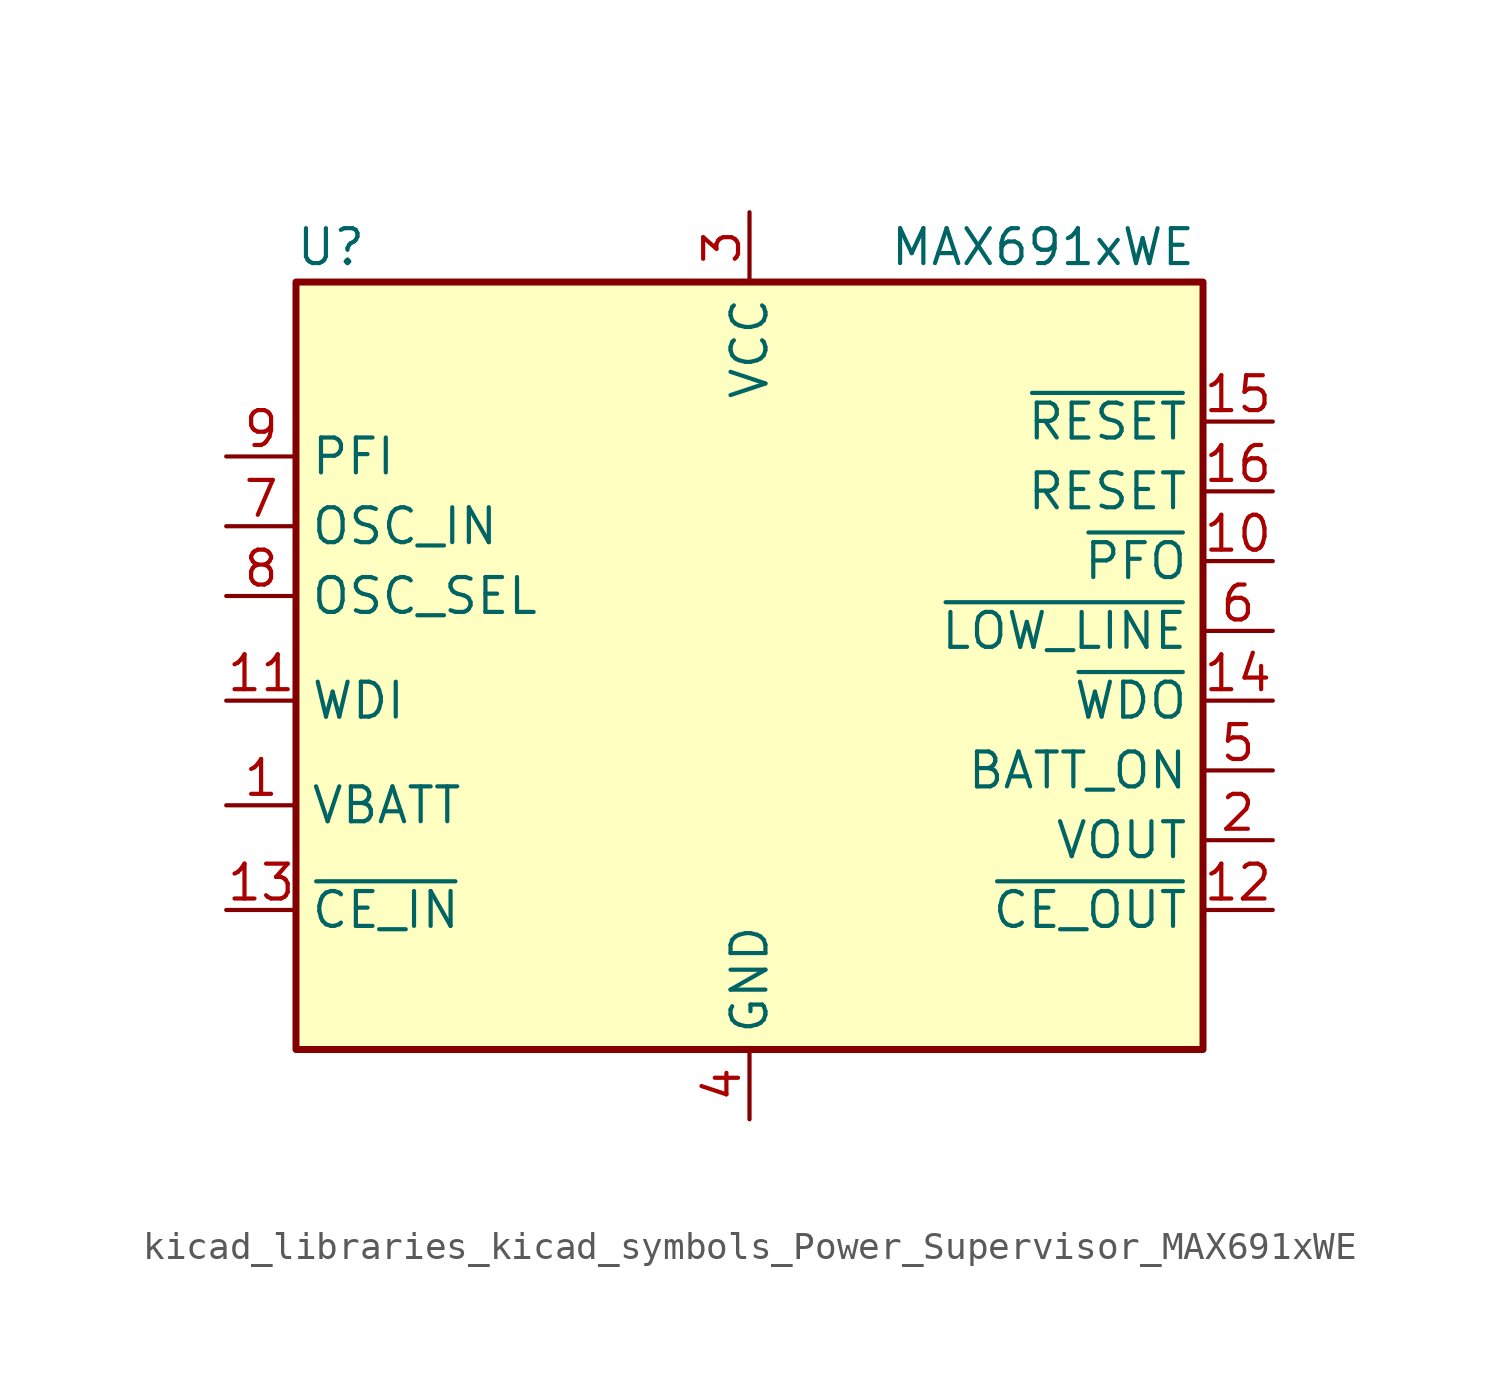
<source format=kicad_sym>
(kicad_symbol_lib
  (version 20220914)
  (generator kicad_symbol_editor)
  (symbol "kicad_libraries_kicad_symbols_Power_Supervisor_MAX691xWE"
    (property "Reference" "U"
      (at -15.24 13.97 0)
      (effects (font (size 1.27 1.27))))
    (property "Value" "MAX691xWE"
      (at 5.08 13.97 0)
      (effects (font (size 1.27 1.27)) (justify left)))
    (symbol "kicad_libraries_kicad_symbols_Power_Supervisor_MAX691xWE_0_1"
      (rectangle (start 16.51 12.7) (end -16.51 -15.24) (stroke (width 0.254) (type default)) (fill (type background))))
    (symbol "kicad_libraries_kicad_symbols_Power_Supervisor_MAX691xWE_1_1"
      (pin power_in line (at -19.05 -6.35 0) (length 2.54) (name "VBATT" (effects (font (size 1.27 1.27)))) (number "1" (effects (font (size 1.27 1.27)))))
      (pin output line (at 19.05 2.54 180) (length 2.54) (name "~{PFO}" (effects (font (size 1.27 1.27)))) (number "10" (effects (font (size 1.27 1.27)))))
      (pin input line (at -19.05 -2.54 0) (length 2.54) (name "WDI" (effects (font (size 1.27 1.27)))) (number "11" (effects (font (size 1.27 1.27)))))
      (pin output line (at 19.05 -10.16 180) (length 2.54) (name "~{CE_OUT}" (effects (font (size 1.27 1.27)))) (number "12" (effects (font (size 1.27 1.27)))))
      (pin input line (at -19.05 -10.16 0) (length 2.54) (name "~{CE_IN}" (effects (font (size 1.27 1.27)))) (number "13" (effects (font (size 1.27 1.27)))))
      (pin output line (at 19.05 -2.54 180) (length 2.54) (name "~{WDO}" (effects (font (size 1.27 1.27)))) (number "14" (effects (font (size 1.27 1.27)))))
      (pin output line (at 19.05 7.62 180) (length 2.54) (name "~{RESET}" (effects (font (size 1.27 1.27)))) (number "15" (effects (font (size 1.27 1.27)))))
      (pin output line (at 19.05 5.08 180) (length 2.54) (name "RESET" (effects (font (size 1.27 1.27)))) (number "16" (effects (font (size 1.27 1.27)))))
      (pin power_out line (at 19.05 -7.62 180) (length 2.54) (name "VOUT" (effects (font (size 1.27 1.27)))) (number "2" (effects (font (size 1.27 1.27)))))
      (pin power_in line (at 0 15.24 270) (length 2.54) (name "VCC" (effects (font (size 1.27 1.27)))) (number "3" (effects (font (size 1.27 1.27)))))
      (pin power_in line (at 0 -17.78 90) (length 2.54) (name "GND" (effects (font (size 1.27 1.27)))) (number "4" (effects (font (size 1.27 1.27)))))
      (pin output line (at 19.05 -5.08 180) (length 2.54) (name "BATT_ON" (effects (font (size 1.27 1.27)))) (number "5" (effects (font (size 1.27 1.27)))))
      (pin output line (at 19.05 0 180) (length 2.54) (name "~{LOW_LINE}" (effects (font (size 1.27 1.27)))) (number "6" (effects (font (size 1.27 1.27)))))
      (pin input line (at -19.05 3.81 0) (length 2.54) (name "OSC_IN" (effects (font (size 1.27 1.27)))) (number "7" (effects (font (size 1.27 1.27)))))
      (pin input line (at -19.05 1.27 0) (length 2.54) (name "OSC_SEL" (effects (font (size 1.27 1.27)))) (number "8" (effects (font (size 1.27 1.27)))))
      (pin input line (at -19.05 6.35 0) (length 2.54) (name "PFI" (effects (font (size 1.27 1.27)))) (number "9" (effects (font (size 1.27 1.27))))))))
</source>
